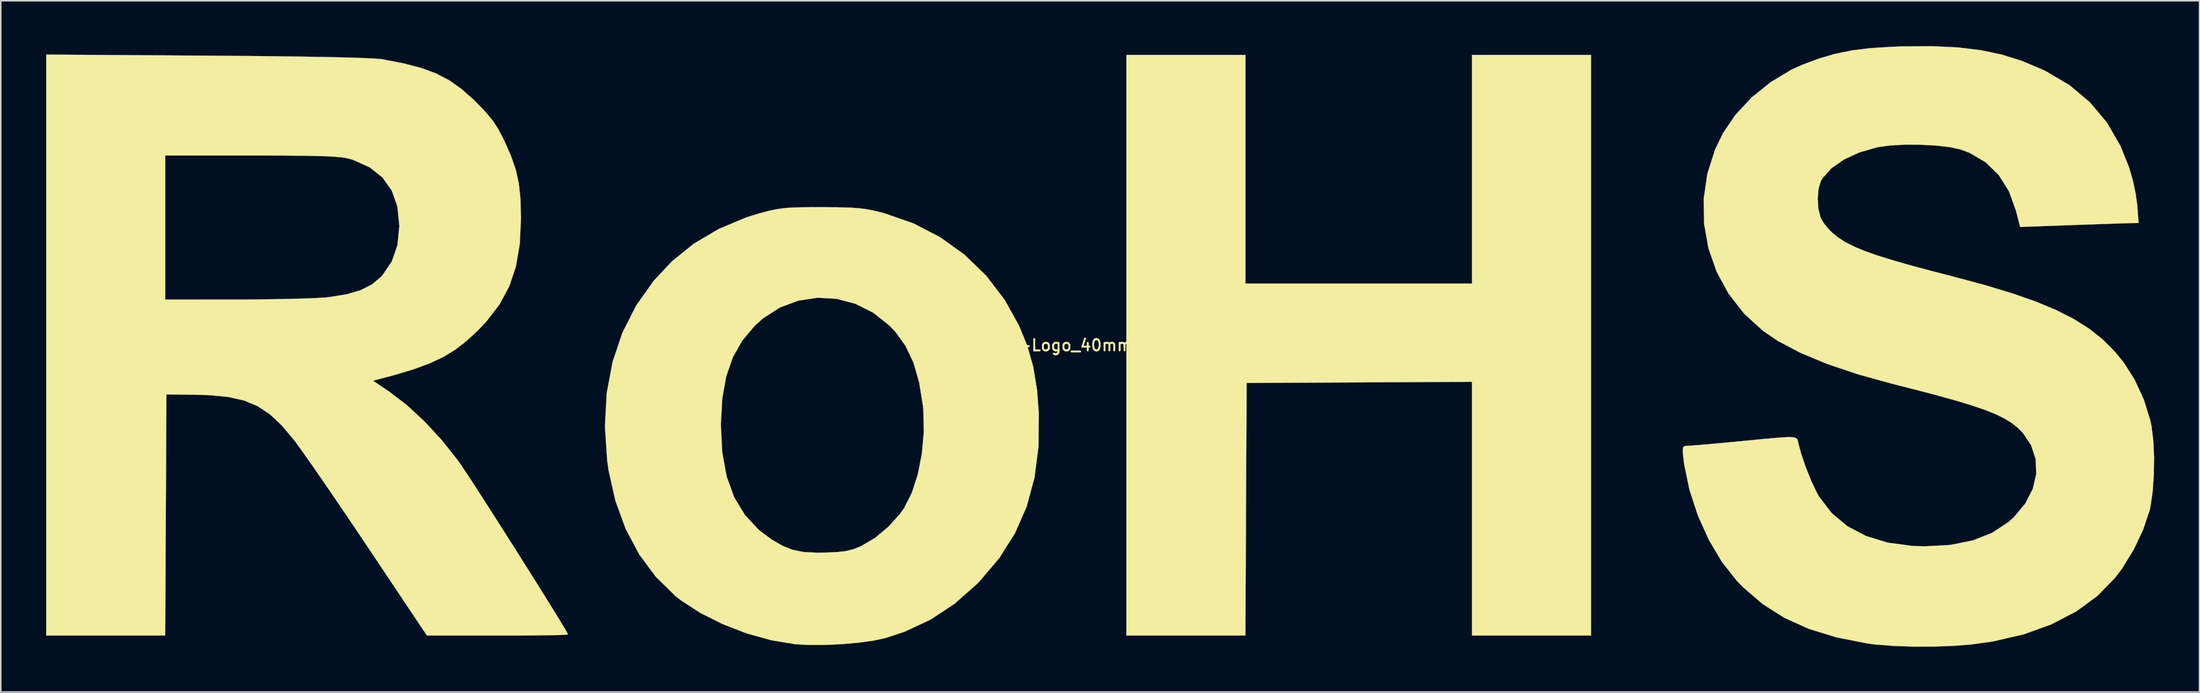
<source format=kicad_pcb>
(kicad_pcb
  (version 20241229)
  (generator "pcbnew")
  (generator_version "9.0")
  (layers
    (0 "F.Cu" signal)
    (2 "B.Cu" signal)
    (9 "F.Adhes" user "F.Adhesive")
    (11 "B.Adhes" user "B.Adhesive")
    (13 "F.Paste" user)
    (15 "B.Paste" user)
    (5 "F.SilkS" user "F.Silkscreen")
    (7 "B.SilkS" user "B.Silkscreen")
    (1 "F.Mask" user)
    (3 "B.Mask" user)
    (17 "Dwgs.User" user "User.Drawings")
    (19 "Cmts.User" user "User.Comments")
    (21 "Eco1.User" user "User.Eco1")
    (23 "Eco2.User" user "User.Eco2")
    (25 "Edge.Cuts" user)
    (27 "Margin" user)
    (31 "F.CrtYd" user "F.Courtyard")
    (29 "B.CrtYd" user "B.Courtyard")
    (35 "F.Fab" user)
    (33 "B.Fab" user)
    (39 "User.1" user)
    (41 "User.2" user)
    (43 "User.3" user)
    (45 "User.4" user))
  (footprint "RoHS-Logo_40mm_SilkScreen"
    (layer "F.Cu")
    (at 69.704 19.785)
    (property "Reference" "RoHS-Logo_40mm_SilkScreen" (at 0 0 0) (layer "F.SilkS") (effects (font (size 0.75 0.75) (thickness 0.125))))
    (attr exclude_from_pos_files exclude_from_bom allow_missing_courtyard)
    (fp_poly (pts (xy 9.525 -4.082) (xy 24.493 -4.082) (xy 24.493 -19.201) (xy 32.355 -19.201) (xy 32.355 19.201) (xy 24.493 19.201) (xy 24.493 2.416) (xy 9.601 2.495) (xy 9.522 19.201) (xy 1.663 19.201) (xy 1.663 -19.201) (xy 9.525 -19.201) (xy 9.525 -4.082)) (stroke (width 0.01) (type solid)) (fill yes) (layer "F.SilkS"))
    (fp_poly (pts (xy -18.445 -9.132) (xy -17.436 -9.125) (xy -16.658 -9.106) (xy -16.041 -9.066) (xy -15.514 -9) (xy -15.006 -8.901) (xy -14.447 -8.762) (xy -14.353 -8.737) (xy -12.419 -8.065) (xy -10.635 -7.14) (xy -9.022 -5.979) (xy -7.599 -4.597) (xy -6.387 -3.012) (xy -5.434 -1.302) (xy -4.88 0.057) (xy -4.489 1.453) (xy -4.242 2.971) (xy -4.128 4.476) (xy -4.147 6.701) (xy -4.412 8.758) (xy -4.927 10.661) (xy -5.698 12.426) (xy -6.732 14.068) (xy -8.033 15.603) (xy -8.233 15.806) (xy -9.709 17.11) (xy -11.273 18.144) (xy -12.977 18.94) (xy -14.238 19.359) (xy -15.027 19.531) (xy -16.025 19.67) (xy -17.142 19.769) (xy -18.285 19.822) (xy -19.365 19.823) (xy -20.216 19.773) (xy -21.794 19.513) (xy -23.421 19.059) (xy -25.017 18.443) (xy -26.5 17.698) (xy -27.791 16.856) (xy -28.134 16.585) (xy -29.425 15.319) (xy -30.524 13.834) (xy -31.418 12.152) (xy -32.097 10.296) (xy -32.548 8.29) (xy -32.641 7.635) (xy -32.791 5.346) (xy -32.788 5.292) (xy -25.132 5.292) (xy -25.04 7.093) (xy -24.749 8.675) (xy -24.252 10.048) (xy -23.545 11.224) (xy -22.623 12.214) (xy -21.771 12.851) (xy -21.063 13.26) (xy -20.397 13.526) (xy -19.679 13.672) (xy -18.812 13.72) (xy -18.218 13.713) (xy -17.441 13.678) (xy -16.865 13.611) (xy -16.39 13.493) (xy -15.917 13.306) (xy -15.842 13.272) (xy -14.947 12.74) (xy -14.069 12.008) (xy -13.309 11.168) (xy -13.02 10.757) (xy -12.511 9.746) (xy -12.117 8.522) (xy -11.851 7.161) (xy -11.725 5.735) (xy -11.755 4.319) (xy -11.789 3.967) (xy -12.036 2.435) (xy -12.411 1.142) (xy -12.932 0.043) (xy -13.618 -0.904) (xy -13.994 -1.3) (xy -15.066 -2.152) (xy -16.244 -2.742) (xy -17.489 -3.072) (xy -18.761 -3.141) (xy -20.02 -2.95) (xy -21.226 -2.498) (xy -22.34 -1.785) (xy -22.883 -1.298) (xy -23.711 -0.313) (xy -24.338 0.792) (xy -24.776 2.054) (xy -25.036 3.505) (xy -25.131 5.18) (xy -25.132 5.292) (xy -32.788 5.292) (xy -32.671 3.164) (xy -32.285 1.101) (xy -31.636 -0.834) (xy -30.726 -2.629) (xy -29.561 -4.273) (xy -28.369 -5.547) (xy -26.922 -6.716) (xy -25.268 -7.694) (xy -23.455 -8.456) (xy -22.59 -8.724) (xy -22.012 -8.878) (xy -21.515 -8.988) (xy -21.027 -9.061) (xy -20.479 -9.105) (xy -19.801 -9.127) (xy -18.922 -9.133) (xy -18.445 -9.132)) (stroke (width 0.01) (type solid)) (fill yes) (layer "F.SilkS"))
    (fp_poly (pts (xy -59.078 -19.153) (xy -56.703 -19.135) (xy -54.581 -19.113) (xy -52.719 -19.089) (xy -51.124 -19.061) (xy -49.802 -19.031) (xy -48.761 -18.997) (xy -48.007 -18.962) (xy -47.546 -18.923) (xy -47.474 -18.913) (xy -46.07 -18.639) (xy -44.909 -18.334) (xy -43.93 -17.971) (xy -43.074 -17.522) (xy -42.279 -16.961) (xy -41.486 -16.259) (xy -41.317 -16.094) (xy -40.681 -15.437) (xy -40.211 -14.871) (xy -39.836 -14.301) (xy -39.487 -13.633) (xy -39.468 -13.593) (xy -39.008 -12.555) (xy -38.686 -11.629) (xy -38.481 -10.716) (xy -38.373 -9.714) (xy -38.338 -8.525) (xy -38.338 -8.391) (xy -38.417 -6.698) (xy -38.668 -5.217) (xy -39.108 -3.899) (xy -39.758 -2.695) (xy -40.635 -1.557) (xy -41.185 -0.976) (xy -41.924 -0.29) (xy -42.663 0.283) (xy -43.457 0.769) (xy -44.359 1.194) (xy -45.421 1.586) (xy -46.698 1.971) (xy -47.604 2.212) (xy -48.112 2.343) (xy -46.999 3.097) (xy -45.867 3.967) (xy -44.7 5.05) (xy -43.567 6.275) (xy -42.538 7.574) (xy -42.386 7.786) (xy -42.126 8.168) (xy -41.748 8.74) (xy -41.273 9.471) (xy -40.72 10.329) (xy -40.11 11.283) (xy -39.462 12.301) (xy -38.796 13.352) (xy -38.133 14.403) (xy -37.491 15.423) (xy -36.892 16.381) (xy -36.355 17.245) (xy -35.9 17.984) (xy -35.547 18.564) (xy -35.317 18.956) (xy -35.228 19.127) (xy -35.227 19.13) (xy -35.372 19.148) (xy -35.784 19.164) (xy -36.424 19.178) (xy -37.258 19.189) (xy -38.248 19.197) (xy -39.358 19.201) (xy -39.888 19.201) (xy -44.548 19.201) (xy -48.411 13.418) (xy -49.243 12.176) (xy -50.062 10.964) (xy -50.844 9.815) (xy -51.566 8.762) (xy -52.206 7.839) (xy -52.74 7.079) (xy -53.145 6.516) (xy -53.33 6.269) (xy -54.132 5.314) (xy -54.911 4.577) (xy -55.724 4.033) (xy -56.627 3.655) (xy -57.675 3.42) (xy -58.925 3.3) (xy -59.863 3.272) (xy -61.761 3.251) (xy -61.8 11.226) (xy -61.84 19.201) (xy -69.699 19.201) (xy -69.699 -12.549) (xy -61.837 -12.549) (xy -61.837 -3.024) (xy -57.112 -3.025) (xy -55.872 -3.03) (xy -54.665 -3.045) (xy -53.54 -3.067) (xy -52.551 -3.095) (xy -51.747 -3.129) (xy -51.18 -3.166) (xy -51.066 -3.178) (xy -49.876 -3.367) (xy -48.931 -3.642) (xy -48.181 -4.024) (xy -47.577 -4.533) (xy -47.487 -4.632) (xy -46.868 -5.549) (xy -46.499 -6.616) (xy -46.374 -7.85) (xy -46.374 -7.938) (xy -46.503 -9.173) (xy -46.869 -10.221) (xy -47.473 -11.081) (xy -48.315 -11.757) (xy -49.396 -12.247) (xy -49.595 -12.309) (xy -49.852 -12.373) (xy -50.173 -12.425) (xy -50.59 -12.466) (xy -51.134 -12.497) (xy -51.836 -12.519) (xy -52.729 -12.535) (xy -53.842 -12.544) (xy -55.209 -12.548) (xy -56.119 -12.549) (xy -61.837 -12.549) (xy -69.699 -12.549) (xy -69.699 -19.223) (xy -59.078 -19.153)) (stroke (width 0.01) (type solid)) (fill yes) (layer "F.SilkS"))
    (fp_poly (pts (xy 56.578 -19.7) (xy 58.106 -19.517) (xy 59.507 -19.22) (xy 60.832 -18.802) (xy 62.137 -18.252) (xy 62.425 -18.113) (xy 63.982 -17.191) (xy 65.316 -16.067) (xy 66.429 -14.737) (xy 67.324 -13.198) (xy 67.902 -11.764) (xy 68.147 -10.911) (xy 68.338 -10.009) (xy 68.438 -9.262) (xy 68.528 -8.089) (xy 68.093 -8.08) (xy 67.819 -8.073) (xy 67.293 -8.056) (xy 66.564 -8.032) (xy 65.681 -8.002) (xy 64.693 -7.967) (xy 64.18 -7.949) (xy 60.703 -7.826) (xy 60.428 -8.895) (xy 59.964 -10.18) (xy 59.292 -11.253) (xy 58.419 -12.106) (xy 57.355 -12.73) (xy 56.772 -12.946) (xy 56.072 -13.1) (xy 55.166 -13.206) (xy 54.145 -13.263) (xy 53.104 -13.267) (xy 52.133 -13.216) (xy 51.325 -13.108) (xy 51.267 -13.096) (xy 50.092 -12.758) (xy 49.069 -12.288) (xy 48.242 -11.712) (xy 47.656 -11.058) (xy 47.536 -10.855) (xy 47.383 -10.347) (xy 47.33 -9.684) (xy 47.378 -8.998) (xy 47.527 -8.422) (xy 47.527 -8.422) (xy 47.766 -8.026) (xy 48.136 -7.591) (xy 48.316 -7.419) (xy 48.712 -7.105) (xy 49.175 -6.811) (xy 49.733 -6.527) (xy 50.416 -6.242) (xy 51.254 -5.945) (xy 52.277 -5.625) (xy 53.515 -5.272) (xy 54.998 -4.875) (xy 56.243 -4.553) (xy 58.335 -3.991) (xy 60.155 -3.443) (xy 61.729 -2.893) (xy 63.087 -2.327) (xy 64.257 -1.731) (xy 65.267 -1.091) (xy 66.146 -0.392) (xy 66.92 0.379) (xy 67.558 1.154) (xy 68.283 2.303) (xy 68.883 3.619) (xy 69.303 4.974) (xy 69.383 5.357) (xy 69.5 6.301) (xy 69.55 7.405) (xy 69.535 8.564) (xy 69.457 9.676) (xy 69.319 10.635) (xy 69.25 10.943) (xy 68.821 12.218) (xy 68.194 13.535) (xy 67.431 14.775) (xy 66.989 15.364) (xy 65.82 16.569) (xy 64.414 17.601) (xy 62.784 18.453) (xy 60.944 19.118) (xy 58.908 19.589) (xy 57.484 19.79) (xy 56.31 19.882) (xy 55 19.929) (xy 53.651 19.93) (xy 52.356 19.887) (xy 51.211 19.8) (xy 50.649 19.73) (xy 48.582 19.325) (xy 46.753 18.763) (xy 45.13 18.03) (xy 43.684 17.111) (xy 42.386 15.993) (xy 41.987 15.581) (xy 41.011 14.344) (xy 40.144 12.885) (xy 39.418 11.275) (xy 38.862 9.585) (xy 38.509 7.884) (xy 38.463 7.522) (xy 38.414 7.034) (xy 38.425 6.774) (xy 38.518 6.671) (xy 38.713 6.652) (xy 38.723 6.652) (xy 38.979 6.638) (xy 39.484 6.598) (xy 40.187 6.538) (xy 41.037 6.46) (xy 41.981 6.371) (xy 42.182 6.352) (xy 43.342 6.239) (xy 44.236 6.155) (xy 44.9 6.1) (xy 45.37 6.075) (xy 45.68 6.081) (xy 45.867 6.12) (xy 45.965 6.192) (xy 46.011 6.298) (xy 46.04 6.44) (xy 46.045 6.463) (xy 46.253 7.232) (xy 46.559 8.118) (xy 46.917 9) (xy 47.279 9.758) (xy 47.422 10.011) (xy 48.246 11.093) (xy 49.283 11.963) (xy 50.525 12.619) (xy 51.966 13.057) (xy 53.599 13.275) (xy 54.429 13.3) (xy 56.115 13.202) (xy 57.582 12.907) (xy 58.846 12.408) (xy 59.919 11.703) (xy 60.295 11.365) (xy 61.046 10.462) (xy 61.538 9.497) (xy 61.767 8.507) (xy 61.729 7.529) (xy 61.421 6.599) (xy 60.885 5.806) (xy 60.548 5.462) (xy 60.155 5.147) (xy 59.678 4.851) (xy 59.089 4.562) (xy 58.36 4.27) (xy 57.464 3.965) (xy 56.374 3.637) (xy 55.06 3.274) (xy 53.496 2.866) (xy 52.358 2.578) (xy 50.01 1.931) (xy 47.947 1.236) (xy 46.174 0.496) (xy 44.694 -0.288) (xy 43.721 -0.948) (xy 42.464 -2.095) (xy 41.439 -3.411) (xy 40.652 -4.86) (xy 40.112 -6.41) (xy 39.824 -8.027) (xy 39.796 -9.675) (xy 40.034 -11.323) (xy 40.545 -12.936) (xy 41.067 -14.021) (xy 41.899 -15.246) (xy 42.97 -16.39) (xy 44.218 -17.399) (xy 45.58 -18.219) (xy 46.298 -18.547) (xy 47.409 -18.963) (xy 48.479 -19.275) (xy 49.586 -19.5) (xy 50.805 -19.651) (xy 52.213 -19.741) (xy 52.919 -19.766) (xy 54.866 -19.78) (xy 56.578 -19.7)) (stroke (width 0.01) (type solid)) (fill yes) (layer "F.SilkS")))
  (gr_rect
    (start -3 -3)
    (end 142.259 42.72)
    (stroke (width 0.1) (type default))
    (fill no)
    (layer "Edge.Cuts")))
</source>
